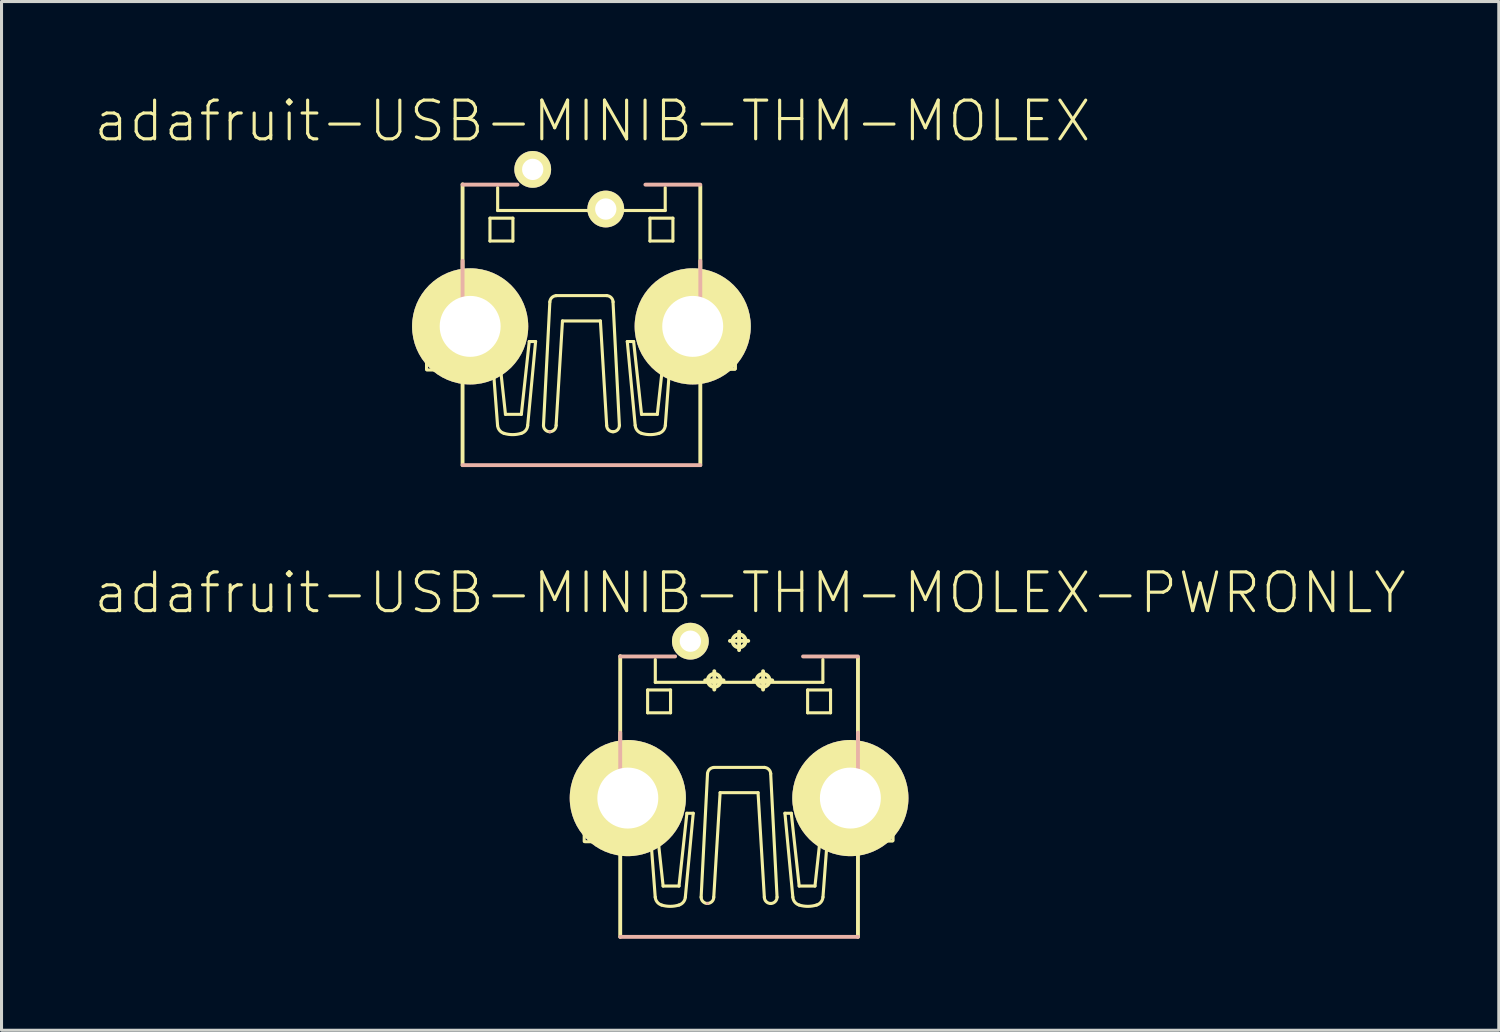
<source format=kicad_pcb>
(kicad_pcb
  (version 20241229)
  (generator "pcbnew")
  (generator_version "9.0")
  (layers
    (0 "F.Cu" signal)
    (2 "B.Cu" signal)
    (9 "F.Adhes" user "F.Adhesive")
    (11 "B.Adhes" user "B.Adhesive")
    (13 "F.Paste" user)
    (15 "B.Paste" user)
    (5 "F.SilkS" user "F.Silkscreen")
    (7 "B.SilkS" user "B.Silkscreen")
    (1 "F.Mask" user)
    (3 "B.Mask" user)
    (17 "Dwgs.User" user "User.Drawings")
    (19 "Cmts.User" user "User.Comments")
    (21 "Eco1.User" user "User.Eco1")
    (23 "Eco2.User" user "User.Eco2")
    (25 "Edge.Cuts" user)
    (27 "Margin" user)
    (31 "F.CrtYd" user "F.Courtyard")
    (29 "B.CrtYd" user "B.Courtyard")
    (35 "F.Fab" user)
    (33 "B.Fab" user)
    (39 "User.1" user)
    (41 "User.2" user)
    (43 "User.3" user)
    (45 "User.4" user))
  (footprint "adafruit-USB-MINIB-THM-MOLEX-PWRONLY"
    (layer "F.Cu")
    (at 21.192 22.619)
    (property "Reference" "adafruit-USB-MINIB-THM-MOLEX-PWRONLY" (at 0.363 -6.223 0) (layer "F.SilkS") (effects (font (size 1.27 1.27) (thickness 0.102))))
    (attr exclude_from_pos_files exclude_from_bom)
    (fp_line (start -5.08 0.579) (end -5.08 0.978) (stroke (width 0.102) (type solid)) (layer "F.SilkS"))
    (fp_line (start -5.08 1.928) (end -5.08 1.58) (stroke (width 0.102) (type solid)) (layer "F.SilkS"))
    (fp_line (start -5.06 0.559) (end -3.909 0.559) (stroke (width 0.102) (type solid)) (layer "F.SilkS"))
    (fp_line (start -3.909 1.938) (end -5.06 1.938) (stroke (width 0.102) (type solid)) (layer "F.SilkS"))
    (fp_line (start -3.899 0.549) (end -3.899 -4.148) (stroke (width 0.127) (type solid)) (layer "F.SilkS"))
    (fp_line (start -3.899 5.06) (end -3.899 1.958) (stroke (width 0.127) (type solid)) (layer "F.SilkS"))
    (fp_line (start -3 -3.038) (end -2.248 -3.038) (stroke (width 0.102) (type solid)) (layer "F.SilkS"))
    (fp_line (start -3 -2.289) (end -3 -3.038) (stroke (width 0.102) (type solid)) (layer "F.SilkS"))
    (fp_line (start -2.959 1.006) (end -2.751 3.757) (stroke (width 0.102) (type solid)) (layer "F.SilkS"))
    (fp_line (start -2.751 1.006) (end -2.959 1.006) (stroke (width 0.102) (type solid)) (layer "F.SilkS"))
    (fp_line (start -2.748 -4.039) (end -2.748 -3.289) (stroke (width 0.102) (type solid)) (layer "F.SilkS"))
    (fp_line (start -2.748 -3.289) (end 2.748 -3.289) (stroke (width 0.102) (type solid)) (layer "F.SilkS"))
    (fp_line (start -2.492 3.393) (end -2.751 1.006) (stroke (width 0.102) (type solid)) (layer "F.SilkS"))
    (fp_line (start -2.248 -3.038) (end -2.248 -2.289) (stroke (width 0.102) (type solid)) (layer "F.SilkS"))
    (fp_line (start -2.248 -2.289) (end -3 -2.289) (stroke (width 0.102) (type solid)) (layer "F.SilkS"))
    (fp_line (start -1.971 3.393) (end -2.492 3.393) (stroke (width 0.102) (type solid)) (layer "F.SilkS"))
    (fp_line (start -1.763 3.757) (end -1.504 1.006) (stroke (width 0.102) (type solid)) (layer "F.SilkS"))
    (fp_line (start -1.712 1.006) (end -1.971 3.393) (stroke (width 0.102) (type solid)) (layer "F.SilkS"))
    (fp_line (start -1.504 1.006) (end -1.712 1.006) (stroke (width 0.102) (type solid)) (layer "F.SilkS"))
    (fp_line (start -1.245 3.757) (end -1.036 -0.29) (stroke (width 0.102) (type solid)) (layer "F.SilkS"))
    (fp_line (start -1.113 -3.353) (end -0.511 -3.353) (stroke (width 0.127) (type solid)) (layer "F.SilkS"))
    (fp_line (start -0.831 3.757) (end -0.622 0.33) (stroke (width 0.102) (type solid)) (layer "F.SilkS"))
    (fp_line (start -0.813 -3.051) (end -0.813 -3.653) (stroke (width 0.127) (type solid)) (layer "F.SilkS"))
    (fp_line (start -0.3 -4.648) (end 0.3 -4.648) (stroke (width 0.127) (type solid)) (layer "F.SilkS"))
    (fp_line (start 0 -4.346) (end 0 -4.948) (stroke (width 0.127) (type solid)) (layer "F.SilkS"))
    (fp_line (start 0.485 -3.353) (end 1.087 -3.353) (stroke (width 0.127) (type solid)) (layer "F.SilkS"))
    (fp_line (start 0.622 0.33) (end -0.622 0.33) (stroke (width 0.102) (type solid)) (layer "F.SilkS"))
    (fp_line (start 0.787 -3.051) (end 0.787 -3.653) (stroke (width 0.127) (type solid)) (layer "F.SilkS"))
    (fp_line (start 0.828 -0.498) (end -0.831 -0.498) (stroke (width 0.102) (type solid)) (layer "F.SilkS"))
    (fp_line (start 0.828 3.757) (end 0.622 0.33) (stroke (width 0.102) (type solid)) (layer "F.SilkS"))
    (fp_line (start 1.245 3.757) (end 1.036 -0.29) (stroke (width 0.102) (type solid)) (layer "F.SilkS"))
    (fp_line (start 1.504 1.006) (end 1.712 1.006) (stroke (width 0.102) (type solid)) (layer "F.SilkS"))
    (fp_line (start 1.712 1.006) (end 1.971 3.393) (stroke (width 0.102) (type solid)) (layer "F.SilkS"))
    (fp_line (start 1.763 3.757) (end 1.504 1.006) (stroke (width 0.102) (type solid)) (layer "F.SilkS"))
    (fp_line (start 1.971 3.393) (end 2.489 3.393) (stroke (width 0.102) (type solid)) (layer "F.SilkS"))
    (fp_line (start 2.248 -3.038) (end 2.248 -2.289) (stroke (width 0.102) (type solid)) (layer "F.SilkS"))
    (fp_line (start 2.248 -2.289) (end 3 -2.289) (stroke (width 0.102) (type solid)) (layer "F.SilkS"))
    (fp_line (start 2.489 3.393) (end 2.751 1.006) (stroke (width 0.102) (type solid)) (layer "F.SilkS"))
    (fp_line (start 2.748 -3.289) (end 2.748 -4.039) (stroke (width 0.102) (type solid)) (layer "F.SilkS"))
    (fp_line (start 2.751 1.006) (end 2.957 1.006) (stroke (width 0.102) (type solid)) (layer "F.SilkS"))
    (fp_line (start 2.957 1.006) (end 2.751 3.757) (stroke (width 0.102) (type solid)) (layer "F.SilkS"))
    (fp_line (start 3 -3.038) (end 2.248 -3.038) (stroke (width 0.102) (type solid)) (layer "F.SilkS"))
    (fp_line (start 3 -2.289) (end 3 -3.038) (stroke (width 0.102) (type solid)) (layer "F.SilkS"))
    (fp_line (start 3.879 0.538) (end 5.029 0.538) (stroke (width 0.102) (type solid)) (layer "F.SilkS"))
    (fp_line (start 3.899 0.498) (end 3.899 -4.1) (stroke (width 0.127) (type solid)) (layer "F.SilkS"))
    (fp_line (start 3.899 5.06) (end 3.899 1.958) (stroke (width 0.127) (type solid)) (layer "F.SilkS"))
    (fp_line (start 5.029 1.918) (end 3.879 1.918) (stroke (width 0.102) (type solid)) (layer "F.SilkS"))
    (fp_line (start 5.05 0.549) (end 5.05 0.899) (stroke (width 0.102) (type solid)) (layer "F.SilkS"))
    (fp_line (start 5.05 1.9) (end 5.05 1.499) (stroke (width 0.102) (type solid)) (layer "F.SilkS"))
    (fp_arc (start -5.08 0.9779) (mid -4.78028 1.27762) (end -5.08 1.57734) (stroke (width 0.1016) (type solid)) (layer "F.SilkS"))
    (fp_arc (start -2.54254 4.01574) (mid -2.686403 3.918044) (end -2.750193 3.756267) (stroke (width 0.1016) (type solid)) (layer "F.SilkS"))
    (fp_arc (start -1.97104 4.01574) (mid -2.255382 4.059036) (end -2.539958 4.017306) (stroke (width 0.1016) (type solid)) (layer "F.SilkS"))
    (fp_arc (start -1.76276 3.75666) (mid -1.826881 3.918722) (end -1.971177 4.016467) (stroke (width 0.1016) (type solid)) (layer "F.SilkS"))
    (fp_arc (start -1.03632 -0.28956) (mid -0.972121 -0.43206) (end -0.829227 -0.495374) (stroke (width 0.1016) (type solid)) (layer "F.SilkS"))
    (fp_arc (start -1.03632 3.96494) (mid -1.183596 3.903936) (end -1.2446 3.75666) (stroke (width 0.1016) (type solid)) (layer "F.SilkS"))
    (fp_arc (start -0.83058 3.75666) (mid -0.89084 3.90214) (end -1.03632 3.9624) (stroke (width 0.1016) (type solid)) (layer "F.SilkS"))
    (fp_arc (start 0.82804 -0.49784) (mid 0.972882 -0.434688) (end 1.03864 -0.29101) (stroke (width 0.1016) (type solid)) (layer "F.SilkS"))
    (fp_arc (start 1.03632 3.96494) (mid 0.889044 3.903936) (end 0.82804 3.75666) (stroke (width 0.1016) (type solid)) (layer "F.SilkS"))
    (fp_arc (start 1.2446 3.75666) (mid 1.183596 3.903936) (end 1.03632 3.96494) (stroke (width 0.1016) (type solid)) (layer "F.SilkS"))
    (fp_arc (start 1.97104 4.01574) (mid 1.827177 3.918044) (end 1.763387 3.756267) (stroke (width 0.1016) (type solid)) (layer "F.SilkS"))
    (fp_arc (start 2.54254 4.01574) (mid 2.258198 4.059036) (end 1.973622 4.017306) (stroke (width 0.1016) (type solid)) (layer "F.SilkS"))
    (fp_arc (start 2.75082 3.75666) (mid 2.686699 3.918722) (end 2.542403 4.016467) (stroke (width 0.1016) (type solid)) (layer "F.SilkS"))
    (fp_arc (start 5.04952 1.4986) (mid 4.7498 1.19888) (end 5.04952 0.89916) (stroke (width 0.1016) (type solid)) (layer "F.SilkS"))
    (fp_circle (center -0.813 -3.353) (end -0.963 -3.503) (stroke (width 0.127) (type solid)) (fill no) (layer "F.SilkS"))
    (fp_circle (center 0 -4.648) (end -0.15 -4.798) (stroke (width 0.127) (type solid)) (fill no) (layer "F.SilkS"))
    (fp_circle (center 0.787 -3.353) (end 0.937 -3.503) (stroke (width 0.127) (type solid)) (fill no) (layer "F.SilkS"))
    (fp_line (start -3.899 -4.138) (end -2.098 -4.138) (stroke (width 0.127) (type solid)) (layer "B.SilkS"))
    (fp_line (start -3.899 1.059) (end -3.899 -1.638) (stroke (width 0.127) (type solid)) (layer "B.SilkS"))
    (fp_line (start -3.899 5.06) (end 3.899 5.06) (stroke (width 0.127) (type solid)) (layer "B.SilkS"))
    (fp_line (start -1.036 3.965) (end -1.036 3.965) (stroke (width 0.102) (type solid)) (layer "B.SilkS"))
    (fp_line (start 2.098 -4.138) (end 3.899 -4.138) (stroke (width 0.127) (type solid)) (layer "B.SilkS"))
    (fp_line (start 3.899 -1.638) (end 3.899 0.46) (stroke (width 0.127) (type solid)) (layer "B.SilkS"))
    (pad "GND" thru_hole rect (at 1.598 -4.638) (size 0.001 0.001) (drill 0.699) (layers "*.Cu" "F.Mask" "F.SilkS" "F.Paste"))
    (pad "GND1" thru_hole circle (at -3.65 0.508) (size 3.81 3.81) (drill 1.999) (layers "*.Cu" "F.Mask" "F.SilkS" "F.Paste"))
    (pad "GND4" thru_hole circle (at 3.65 0.508) (size 3.81 3.81) (drill 1.999) (layers "*.Cu" "F.Mask" "F.SilkS" "F.Paste"))
    (pad "VBUS" thru_hole circle (at -1.598 -4.638) (size 1.206 1.206) (drill 0.699) (layers "*.Cu" "F.Mask" "F.SilkS" "F.Paste")))
  (footprint "adafruit-USB-MINIB-THM-MOLEX"
    (layer "F.Cu")
    (at 16.021 12.224)
    (property "Reference" "adafruit-USB-MINIB-THM-MOLEX" (at 0.363 -11.303 0) (layer "F.SilkS") (effects (font (size 1.27 1.27) (thickness 0.102))))
    (attr exclude_from_pos_files exclude_from_bom)
    (fp_line (start -5.08 -4.498) (end -5.08 -4.1) (stroke (width 0.102) (type solid)) (layer "F.SilkS"))
    (fp_line (start -5.08 -3.15) (end -5.08 -3.498) (stroke (width 0.102) (type solid)) (layer "F.SilkS"))
    (fp_line (start -5.06 -4.519) (end -3.909 -4.519) (stroke (width 0.102) (type solid)) (layer "F.SilkS"))
    (fp_line (start -3.909 -3.139) (end -5.06 -3.139) (stroke (width 0.102) (type solid)) (layer "F.SilkS"))
    (fp_line (start -3.899 -4.529) (end -3.899 -9.228) (stroke (width 0.127) (type solid)) (layer "F.SilkS"))
    (fp_line (start -3.899 -0.018) (end -3.899 -3.119) (stroke (width 0.127) (type solid)) (layer "F.SilkS"))
    (fp_line (start -3 -8.118) (end -2.248 -8.118) (stroke (width 0.102) (type solid)) (layer "F.SilkS"))
    (fp_line (start -3 -7.369) (end -3 -8.118) (stroke (width 0.102) (type solid)) (layer "F.SilkS"))
    (fp_line (start -2.959 -4.072) (end -2.751 -1.321) (stroke (width 0.102) (type solid)) (layer "F.SilkS"))
    (fp_line (start -2.751 -4.072) (end -2.959 -4.072) (stroke (width 0.102) (type solid)) (layer "F.SilkS"))
    (fp_line (start -2.748 -9.119) (end -2.748 -8.369) (stroke (width 0.102) (type solid)) (layer "F.SilkS"))
    (fp_line (start -2.748 -8.369) (end 2.748 -8.369) (stroke (width 0.102) (type solid)) (layer "F.SilkS"))
    (fp_line (start -2.492 -1.684) (end -2.751 -4.072) (stroke (width 0.102) (type solid)) (layer "F.SilkS"))
    (fp_line (start -2.248 -8.118) (end -2.248 -7.369) (stroke (width 0.102) (type solid)) (layer "F.SilkS"))
    (fp_line (start -2.248 -7.369) (end -3 -7.369) (stroke (width 0.102) (type solid)) (layer "F.SilkS"))
    (fp_line (start -1.971 -1.684) (end -2.492 -1.684) (stroke (width 0.102) (type solid)) (layer "F.SilkS"))
    (fp_line (start -1.763 -1.321) (end -1.504 -4.072) (stroke (width 0.102) (type solid)) (layer "F.SilkS"))
    (fp_line (start -1.712 -4.072) (end -1.971 -1.684) (stroke (width 0.102) (type solid)) (layer "F.SilkS"))
    (fp_line (start -1.504 -4.072) (end -1.712 -4.072) (stroke (width 0.102) (type solid)) (layer "F.SilkS"))
    (fp_line (start -1.245 -1.321) (end -1.036 -5.37) (stroke (width 0.102) (type solid)) (layer "F.SilkS"))
    (fp_line (start -0.831 -1.321) (end -0.622 -4.747) (stroke (width 0.102) (type solid)) (layer "F.SilkS"))
    (fp_line (start 0.622 -4.747) (end -0.622 -4.747) (stroke (width 0.102) (type solid)) (layer "F.SilkS"))
    (fp_line (start 0.828 -5.578) (end -0.831 -5.578) (stroke (width 0.102) (type solid)) (layer "F.SilkS"))
    (fp_line (start 0.828 -1.321) (end 0.622 -4.747) (stroke (width 0.102) (type solid)) (layer "F.SilkS"))
    (fp_line (start 1.245 -1.321) (end 1.036 -5.37) (stroke (width 0.102) (type solid)) (layer "F.SilkS"))
    (fp_line (start 1.504 -4.072) (end 1.712 -4.072) (stroke (width 0.102) (type solid)) (layer "F.SilkS"))
    (fp_line (start 1.712 -4.072) (end 1.971 -1.684) (stroke (width 0.102) (type solid)) (layer "F.SilkS"))
    (fp_line (start 1.763 -1.321) (end 1.504 -4.072) (stroke (width 0.102) (type solid)) (layer "F.SilkS"))
    (fp_line (start 1.971 -1.684) (end 2.489 -1.684) (stroke (width 0.102) (type solid)) (layer "F.SilkS"))
    (fp_line (start 2.248 -8.118) (end 2.248 -7.369) (stroke (width 0.102) (type solid)) (layer "F.SilkS"))
    (fp_line (start 2.248 -7.369) (end 3 -7.369) (stroke (width 0.102) (type solid)) (layer "F.SilkS"))
    (fp_line (start 2.489 -1.684) (end 2.751 -4.072) (stroke (width 0.102) (type solid)) (layer "F.SilkS"))
    (fp_line (start 2.748 -8.369) (end 2.748 -9.119) (stroke (width 0.102) (type solid)) (layer "F.SilkS"))
    (fp_line (start 2.751 -4.072) (end 2.957 -4.072) (stroke (width 0.102) (type solid)) (layer "F.SilkS"))
    (fp_line (start 2.957 -4.072) (end 2.751 -1.321) (stroke (width 0.102) (type solid)) (layer "F.SilkS"))
    (fp_line (start 3 -8.118) (end 2.248 -8.118) (stroke (width 0.102) (type solid)) (layer "F.SilkS"))
    (fp_line (start 3 -7.369) (end 3 -8.118) (stroke (width 0.102) (type solid)) (layer "F.SilkS"))
    (fp_line (start 3.879 -4.539) (end 5.029 -4.539) (stroke (width 0.102) (type solid)) (layer "F.SilkS"))
    (fp_line (start 3.899 -4.58) (end 3.899 -9.18) (stroke (width 0.127) (type solid)) (layer "F.SilkS"))
    (fp_line (start 3.899 -0.018) (end 3.899 -3.119) (stroke (width 0.127) (type solid)) (layer "F.SilkS"))
    (fp_line (start 5.029 -3.16) (end 3.879 -3.16) (stroke (width 0.102) (type solid)) (layer "F.SilkS"))
    (fp_line (start 5.05 -4.529) (end 5.05 -4.178) (stroke (width 0.102) (type solid)) (layer "F.SilkS"))
    (fp_line (start 5.05 -3.178) (end 5.05 -3.579) (stroke (width 0.102) (type solid)) (layer "F.SilkS"))
    (fp_arc (start -5.08 -4.09956) (mid -4.78028 -3.79984) (end -5.08 -3.50012) (stroke (width 0.1016) (type solid)) (layer "F.SilkS"))
    (fp_arc (start -2.54254 -1.06172) (mid -2.686403 -1.159416) (end -2.750193 -1.321193) (stroke (width 0.1016) (type solid)) (layer "F.SilkS"))
    (fp_arc (start -1.97104 -1.06172) (mid -2.255382 -1.018424) (end -2.539958 -1.060154) (stroke (width 0.1016) (type solid)) (layer "F.SilkS"))
    (fp_arc (start -1.76276 -1.3208) (mid -1.826881 -1.158738) (end -1.971177 -1.060993) (stroke (width 0.1016) (type solid)) (layer "F.SilkS"))
    (fp_arc (start -1.03632 -5.36956) (mid -0.972121 -5.51206) (end -0.829227 -5.575374) (stroke (width 0.1016) (type solid)) (layer "F.SilkS"))
    (fp_arc (start -1.03632 -1.11252) (mid -1.183596 -1.173524) (end -1.2446 -1.3208) (stroke (width 0.1016) (type solid)) (layer "F.SilkS"))
    (fp_arc (start -0.83058 -1.3208) (mid -0.89084 -1.17532) (end -1.03632 -1.11506) (stroke (width 0.1016) (type solid)) (layer "F.SilkS"))
    (fp_arc (start 0.82804 -5.57784) (mid 0.972882 -5.514688) (end 1.03864 -5.37101) (stroke (width 0.1016) (type solid)) (layer "F.SilkS"))
    (fp_arc (start 1.03632 -1.11252) (mid 0.889044 -1.173524) (end 0.82804 -1.3208) (stroke (width 0.1016) (type solid)) (layer "F.SilkS"))
    (fp_arc (start 1.2446 -1.3208) (mid 1.183596 -1.173524) (end 1.03632 -1.11252) (stroke (width 0.1016) (type solid)) (layer "F.SilkS"))
    (fp_arc (start 1.97104 -1.06172) (mid 1.827177 -1.159416) (end 1.763387 -1.321193) (stroke (width 0.1016) (type solid)) (layer "F.SilkS"))
    (fp_arc (start 2.54254 -1.06172) (mid 2.258198 -1.018424) (end 1.973622 -1.060154) (stroke (width 0.1016) (type solid)) (layer "F.SilkS"))
    (fp_arc (start 2.75082 -1.3208) (mid 2.686699 -1.158738) (end 2.542403 -1.060993) (stroke (width 0.1016) (type solid)) (layer "F.SilkS"))
    (fp_arc (start 5.04952 -3.57886) (mid 4.7498 -3.87858) (end 5.04952 -4.1783) (stroke (width 0.1016) (type solid)) (layer "F.SilkS"))
    (fp_line (start -3.899 -9.218) (end -2.098 -9.218) (stroke (width 0.127) (type solid)) (layer "B.SilkS"))
    (fp_line (start -3.899 -4.018) (end -3.899 -6.718) (stroke (width 0.127) (type solid)) (layer "B.SilkS"))
    (fp_line (start -3.899 -0.018) (end 3.899 -0.018) (stroke (width 0.127) (type solid)) (layer "B.SilkS"))
    (fp_line (start -1.036 -1.113) (end -1.036 -1.113) (stroke (width 0.102) (type solid)) (layer "B.SilkS"))
    (fp_line (start 2.098 -9.218) (end 3.899 -9.218) (stroke (width 0.127) (type solid)) (layer "B.SilkS"))
    (fp_line (start 3.899 -6.718) (end 3.899 -4.618) (stroke (width 0.127) (type solid)) (layer "B.SilkS"))
    (pad "D+" thru_hole rect (at 0 -9.718) (size 0.001 0.001) (drill 0.699) (layers "*.Cu" "F.Mask" "F.SilkS" "F.Paste"))
    (pad "D-" thru_hole rect (at -0.798 -8.418) (size 0.001 0.001) (drill 0.699) (layers "*.Cu" "F.Mask" "F.SilkS" "F.Paste"))
    (pad "GND" thru_hole rect (at 1.598 -9.718) (size 0.001 0.001) (drill 0.699) (layers "*.Cu" "F.Mask" "F.SilkS" "F.Paste"))
    (pad "GND1" thru_hole circle (at -3.65 -4.569) (size 3.81 3.81) (drill 1.999) (layers "*.Cu" "F.Mask" "F.SilkS" "F.Paste"))
    (pad "GND4" thru_hole circle (at 3.65 -4.569) (size 3.81 3.81) (drill 1.999) (layers "*.Cu" "F.Mask" "F.SilkS" "F.Paste"))
    (pad "ID" thru_hole circle (at 0.798 -8.418) (size 1.206 1.206) (drill 0.699) (layers "*.Cu" "F.Mask" "F.SilkS" "F.Paste"))
    (pad "VBUS" thru_hole circle (at -1.598 -9.718) (size 1.206 1.206) (drill 0.699) (layers "*.Cu" "F.Mask" "F.SilkS" "F.Paste")))
  (gr_rect
    (start -3 -3)
    (end 46.11 30.742)
    (stroke (width 0.1) (type default))
    (fill no)
    (layer "Edge.Cuts")))
</source>
